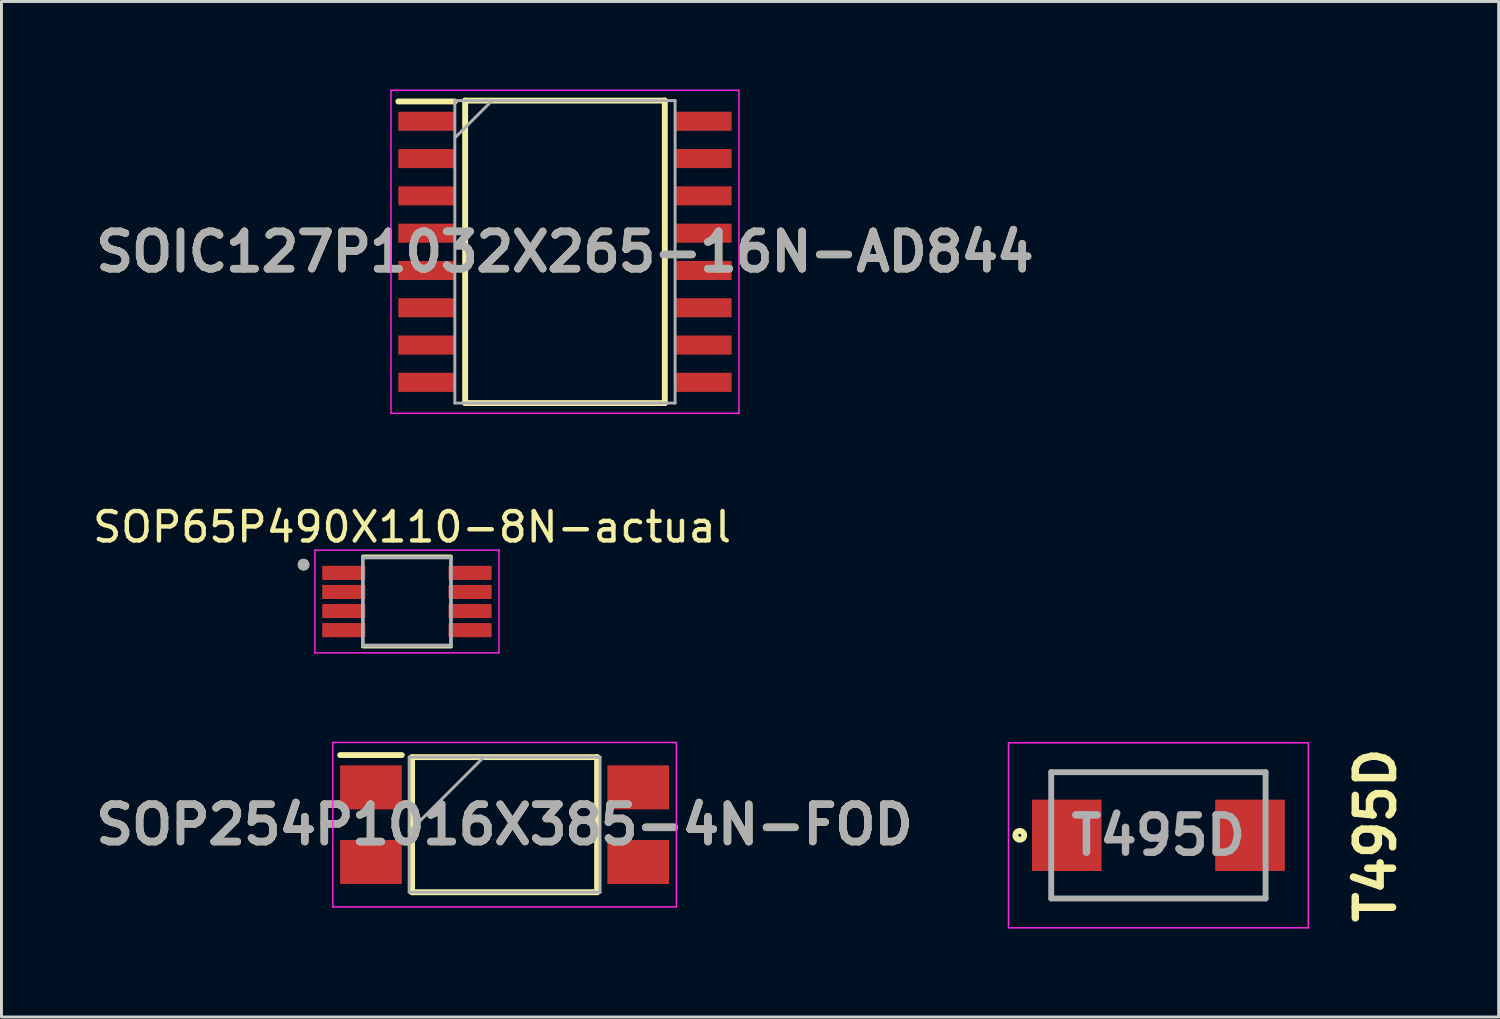
<source format=kicad_pcb>
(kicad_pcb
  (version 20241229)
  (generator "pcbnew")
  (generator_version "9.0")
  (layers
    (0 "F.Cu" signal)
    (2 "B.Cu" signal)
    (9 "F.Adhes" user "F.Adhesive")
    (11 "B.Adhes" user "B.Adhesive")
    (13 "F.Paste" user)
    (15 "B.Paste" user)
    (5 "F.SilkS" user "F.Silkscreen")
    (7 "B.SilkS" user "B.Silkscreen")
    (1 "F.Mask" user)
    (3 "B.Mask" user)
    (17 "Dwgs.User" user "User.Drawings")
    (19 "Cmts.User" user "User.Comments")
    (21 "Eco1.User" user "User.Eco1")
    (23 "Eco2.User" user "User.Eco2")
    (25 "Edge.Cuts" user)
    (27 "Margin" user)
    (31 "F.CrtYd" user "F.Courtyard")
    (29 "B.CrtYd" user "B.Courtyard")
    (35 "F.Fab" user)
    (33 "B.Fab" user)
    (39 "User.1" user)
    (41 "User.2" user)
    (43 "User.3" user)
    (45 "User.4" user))
  (footprint "SOP254P1016X385-4N-FOD"
    (layer "F.Cu")
    (at 14.133 25.033)
    (property "Reference" "SOP254P1016X385-4N-FOD" (at 0 0 0) (layer "F.SilkS") (effects (font (size 1.27 1.27) (thickness 0.254))))
    (attr smd)
    (fp_line (start -5.6 -2.37) (end -3.5 -2.37) (stroke (width 0.2) (type solid)) (layer "F.SilkS"))
    (fp_line (start -3.15 -2.3) (end 3.15 -2.3) (stroke (width 0.2) (type solid)) (layer "F.SilkS"))
    (fp_line (start -3.15 2.3) (end -3.15 -2.3) (stroke (width 0.2) (type solid)) (layer "F.SilkS"))
    (fp_line (start 3.15 -2.3) (end 3.15 2.3) (stroke (width 0.2) (type solid)) (layer "F.SilkS"))
    (fp_line (start 3.15 2.3) (end -3.15 2.3) (stroke (width 0.2) (type solid)) (layer "F.SilkS"))
    (fp_line (start -5.85 -2.8) (end 5.85 -2.8) (stroke (width 0.05) (type solid)) (layer "F.CrtYd"))
    (fp_line (start -5.85 2.8) (end -5.85 -2.8) (stroke (width 0.05) (type solid)) (layer "F.CrtYd"))
    (fp_line (start 5.85 -2.8) (end 5.85 2.8) (stroke (width 0.05) (type solid)) (layer "F.CrtYd"))
    (fp_line (start 5.85 2.8) (end -5.85 2.8) (stroke (width 0.05) (type solid)) (layer "F.CrtYd"))
    (fp_line (start -3.25 -2.3) (end 3.25 -2.3) (stroke (width 0.1) (type solid)) (layer "F.Fab"))
    (fp_line (start -3.25 0.24) (end -0.71 -2.3) (stroke (width 0.1) (type solid)) (layer "F.Fab"))
    (fp_line (start -3.25 2.3) (end -3.25 -2.3) (stroke (width 0.1) (type solid)) (layer "F.Fab"))
    (fp_line (start 3.25 -2.3) (end 3.25 2.3) (stroke (width 0.1) (type solid)) (layer "F.Fab"))
    (fp_line (start 3.25 2.3) (end -3.25 2.3) (stroke (width 0.1) (type solid)) (layer "F.Fab"))
    (fp_text user "${REFERENCE}" (at 0 0 0) (layer "F.Fab") (effects (font (size 1.27 1.27) (thickness 0.254))))
    (pad "1" smd rect (at -4.55 -1.27 90) (size 1.5 2.1) (layers "F.Cu" "F.Mask" "F.Paste"))
    (pad "2" smd rect (at -4.55 1.27 90) (size 1.5 2.1) (layers "F.Cu" "F.Mask" "F.Paste"))
    (pad "3" smd rect (at 4.55 1.27 90) (size 1.5 2.1) (layers "F.Cu" "F.Mask" "F.Paste"))
    (pad "4" smd rect (at 4.55 -1.27 90) (size 1.5 2.1) (layers "F.Cu" "F.Mask" "F.Paste")))
  (footprint "SOIC127P1032X265-16N-AD844"
    (layer "F.Cu")
    (at 16.189 5.525)
    (property "Reference" "SOIC127P1032X265-16N-AD844" (at 0 0 0) (layer "F.SilkS") (effects (font (size 1.27 1.27) (thickness 0.254))))
    (attr smd)
    (fp_line (start -5.675 -5.12) (end -3.75 -5.12) (stroke (width 0.2) (type solid)) (layer "F.SilkS"))
    (fp_line (start -3.4 -5.15) (end 3.4 -5.15) (stroke (width 0.2) (type solid)) (layer "F.SilkS"))
    (fp_line (start -3.4 5.15) (end -3.4 -5.15) (stroke (width 0.2) (type solid)) (layer "F.SilkS"))
    (fp_line (start 3.4 -5.15) (end 3.4 5.15) (stroke (width 0.2) (type solid)) (layer "F.SilkS"))
    (fp_line (start 3.4 5.15) (end -3.4 5.15) (stroke (width 0.2) (type solid)) (layer "F.SilkS"))
    (fp_line (start -5.925 -5.5) (end 5.925 -5.5) (stroke (width 0.05) (type solid)) (layer "F.CrtYd"))
    (fp_line (start -5.925 5.5) (end -5.925 -5.5) (stroke (width 0.05) (type solid)) (layer "F.CrtYd"))
    (fp_line (start 5.925 -5.5) (end 5.925 5.5) (stroke (width 0.05) (type solid)) (layer "F.CrtYd"))
    (fp_line (start 5.925 5.5) (end -5.925 5.5) (stroke (width 0.05) (type solid)) (layer "F.CrtYd"))
    (fp_line (start -3.75 -5.15) (end 3.75 -5.15) (stroke (width 0.1) (type solid)) (layer "F.Fab"))
    (fp_line (start -3.75 -3.88) (end -2.48 -5.15) (stroke (width 0.1) (type solid)) (layer "F.Fab"))
    (fp_line (start -3.75 5.15) (end -3.75 -5.15) (stroke (width 0.1) (type solid)) (layer "F.Fab"))
    (fp_line (start 3.75 -5.15) (end 3.75 5.15) (stroke (width 0.1) (type solid)) (layer "F.Fab"))
    (fp_line (start 3.75 5.15) (end -3.75 5.15) (stroke (width 0.1) (type solid)) (layer "F.Fab"))
    (fp_text user "${REFERENCE}" (at 0 0 0) (layer "F.Fab") (effects (font (size 1.27 1.27) (thickness 0.254))))
    (pad "1" smd rect (at -4.712 -4.445 90) (size 0.65 1.925) (layers "F.Cu" "F.Mask" "F.Paste"))
    (pad "2" smd rect (at -4.712 -3.175 90) (size 0.65 1.925) (layers "F.Cu" "F.Mask" "F.Paste"))
    (pad "3" smd rect (at -4.712 -1.905 90) (size 0.65 1.925) (layers "F.Cu" "F.Mask" "F.Paste"))
    (pad "4" smd rect (at -4.712 -0.635 90) (size 0.65 1.925) (layers "F.Cu" "F.Mask" "F.Paste"))
    (pad "5" smd rect (at -4.712 0.635 90) (size 0.65 1.925) (layers "F.Cu" "F.Mask" "F.Paste"))
    (pad "6" smd rect (at -4.712 1.905 90) (size 0.65 1.925) (layers "F.Cu" "F.Mask" "F.Paste"))
    (pad "7" smd rect (at -4.712 3.175 90) (size 0.65 1.925) (layers "F.Cu" "F.Mask" "F.Paste"))
    (pad "8" smd rect (at -4.712 4.445 90) (size 0.65 1.925) (layers "F.Cu" "F.Mask" "F.Paste"))
    (pad "9" smd rect (at 4.712 4.445 90) (size 0.65 1.925) (layers "F.Cu" "F.Mask" "F.Paste"))
    (pad "10" smd rect (at 4.712 3.175 90) (size 0.65 1.925) (layers "F.Cu" "F.Mask" "F.Paste"))
    (pad "11" smd rect (at 4.712 1.905 90) (size 0.65 1.925) (layers "F.Cu" "F.Mask" "F.Paste"))
    (pad "12" smd rect (at 4.712 0.635 90) (size 0.65 1.925) (layers "F.Cu" "F.Mask" "F.Paste"))
    (pad "13" smd rect (at 4.712 -0.635 90) (size 0.65 1.925) (layers "F.Cu" "F.Mask" "F.Paste"))
    (pad "14" smd rect (at 4.712 -1.905 90) (size 0.65 1.925) (layers "F.Cu" "F.Mask" "F.Paste"))
    (pad "15" smd rect (at 4.712 -3.175 90) (size 0.65 1.925) (layers "F.Cu" "F.Mask" "F.Paste"))
    (pad "16" smd rect (at 4.712 -4.445 90) (size 0.65 1.925) (layers "F.Cu" "F.Mask" "F.Paste")))
  (footprint "T495D"
    (layer "F.Cu")
    (at 36.397 25.395)
    (property "Reference" "T495D" (at 7.4 0 90) (layer "F.SilkS") (effects (font (size 1.27 1.27) (thickness 0.254))))
    (attr smd)
    (fp_line (start -3.65 -2.15) (end 3.65 -2.15) (stroke (width 0.1) (type solid)) (layer "F.SilkS"))
    (fp_line (start 3.65 2.15) (end -3.65 2.15) (stroke (width 0.1) (type solid)) (layer "F.SilkS"))
    (fp_circle (center -4.72 0) (end -4.72 0.05) (stroke (width 0.2) (type solid)) (fill no) (layer "F.SilkS"))
    (fp_line (start -5.105 -3.15) (end 5.105 -3.15) (stroke (width 0.05) (type solid)) (layer "F.CrtYd"))
    (fp_line (start -5.105 3.15) (end -5.105 -3.15) (stroke (width 0.05) (type solid)) (layer "F.CrtYd"))
    (fp_line (start 5.105 -3.15) (end 5.105 3.15) (stroke (width 0.05) (type solid)) (layer "F.CrtYd"))
    (fp_line (start 5.105 3.15) (end -5.105 3.15) (stroke (width 0.05) (type solid)) (layer "F.CrtYd"))
    (fp_line (start -3.65 -2.15) (end 3.65 -2.15) (stroke (width 0.2) (type solid)) (layer "F.Fab"))
    (fp_line (start -3.65 2.15) (end -3.65 -2.15) (stroke (width 0.2) (type solid)) (layer "F.Fab"))
    (fp_line (start 3.65 -2.15) (end 3.65 2.15) (stroke (width 0.2) (type solid)) (layer "F.Fab"))
    (fp_line (start 3.65 2.15) (end -3.65 2.15) (stroke (width 0.2) (type solid)) (layer "F.Fab"))
    (fp_text user "${REFERENCE}" (at 0 0 0) (layer "F.Fab") (effects (font (size 1.27 1.27) (thickness 0.254))))
    (pad "1" smd rect (at -3.12 0) (size 2.37 2.43) (layers "F.Cu" "F.Mask" "F.Paste"))
    (pad "2" smd rect (at 3.12 0) (size 2.37 2.43) (layers "F.Cu" "F.Mask" "F.Paste")))
  (footprint "SOP65P490X110-8N-actual"
    (layer "F.Cu")
    (at 10.807 17.433)
    (property "Reference" "SOP65P490X110-8N-actual" (at 0.175 -2.535 0) (layer "F.SilkS") (effects (font (size 1 1) (thickness 0.15))))
    (attr smd)
    (fp_line (start -1.5 -1.535) (end 1.5 -1.535) (stroke (width 0.127) (type solid)) (layer "F.SilkS"))
    (fp_line (start -1.5 1.535) (end 1.5 1.535) (stroke (width 0.127) (type solid)) (layer "F.SilkS"))
    (fp_circle (center -3.52 -1.255) (end -3.42 -1.255) (stroke (width 0.2) (type solid)) (fill no) (layer "F.SilkS"))
    (fp_line (start -3.135 -1.75) (end -3.135 1.75) (stroke (width 0.05) (type solid)) (layer "F.CrtYd"))
    (fp_line (start -3.135 -1.75) (end 3.135 -1.75) (stroke (width 0.05) (type solid)) (layer "F.CrtYd"))
    (fp_line (start -3.135 1.75) (end 3.135 1.75) (stroke (width 0.05) (type solid)) (layer "F.CrtYd"))
    (fp_line (start 3.135 -1.75) (end 3.135 1.75) (stroke (width 0.05) (type solid)) (layer "F.CrtYd"))
    (fp_line (start -1.5 -1.5) (end -1.5 1.5) (stroke (width 0.127) (type solid)) (layer "F.Fab"))
    (fp_line (start -1.5 -1.5) (end 1.5 -1.5) (stroke (width 0.127) (type solid)) (layer "F.Fab"))
    (fp_line (start -1.5 1.5) (end 1.5 1.5) (stroke (width 0.127) (type solid)) (layer "F.Fab"))
    (fp_line (start 1.5 -1.5) (end 1.5 1.5) (stroke (width 0.127) (type solid)) (layer "F.Fab"))
    (fp_circle (center -3.52 -1.255) (end -3.42 -1.255) (stroke (width 0.2) (type solid)) (fill no) (layer "F.Fab"))
    (pad "1" smd roundrect (at -2.15 -0.975) (size 1.47 0.48) (layers "F.Cu" "F.Mask" "F.Paste") (roundrect_rratio 0.06))
    (pad "2" smd roundrect (at -2.15 -0.325) (size 1.47 0.48) (layers "F.Cu" "F.Mask" "F.Paste") (roundrect_rratio 0.06))
    (pad "3" smd roundrect (at -2.15 0.325) (size 1.47 0.48) (layers "F.Cu" "F.Mask" "F.Paste") (roundrect_rratio 0.06))
    (pad "4" smd roundrect (at -2.15 0.975) (size 1.47 0.48) (layers "F.Cu" "F.Mask" "F.Paste") (roundrect_rratio 0.06))
    (pad "5" smd roundrect (at 2.15 0.975) (size 1.47 0.48) (layers "F.Cu" "F.Mask" "F.Paste") (roundrect_rratio 0.06))
    (pad "6" smd roundrect (at 2.15 0.325) (size 1.47 0.48) (layers "F.Cu" "F.Mask" "F.Paste") (roundrect_rratio 0.06))
    (pad "7" smd roundrect (at 2.15 -0.325) (size 1.47 0.48) (layers "F.Cu" "F.Mask" "F.Paste") (roundrect_rratio 0.06))
    (pad "8" smd roundrect (at 2.15 -0.975) (size 1.47 0.48) (layers "F.Cu" "F.Mask" "F.Paste") (roundrect_rratio 0.06)))
  (gr_rect
    (start -3 -3)
    (end 47.985 31.582)
    (stroke (width 0.1) (type default))
    (fill no)
    (layer "Edge.Cuts")))
</source>
